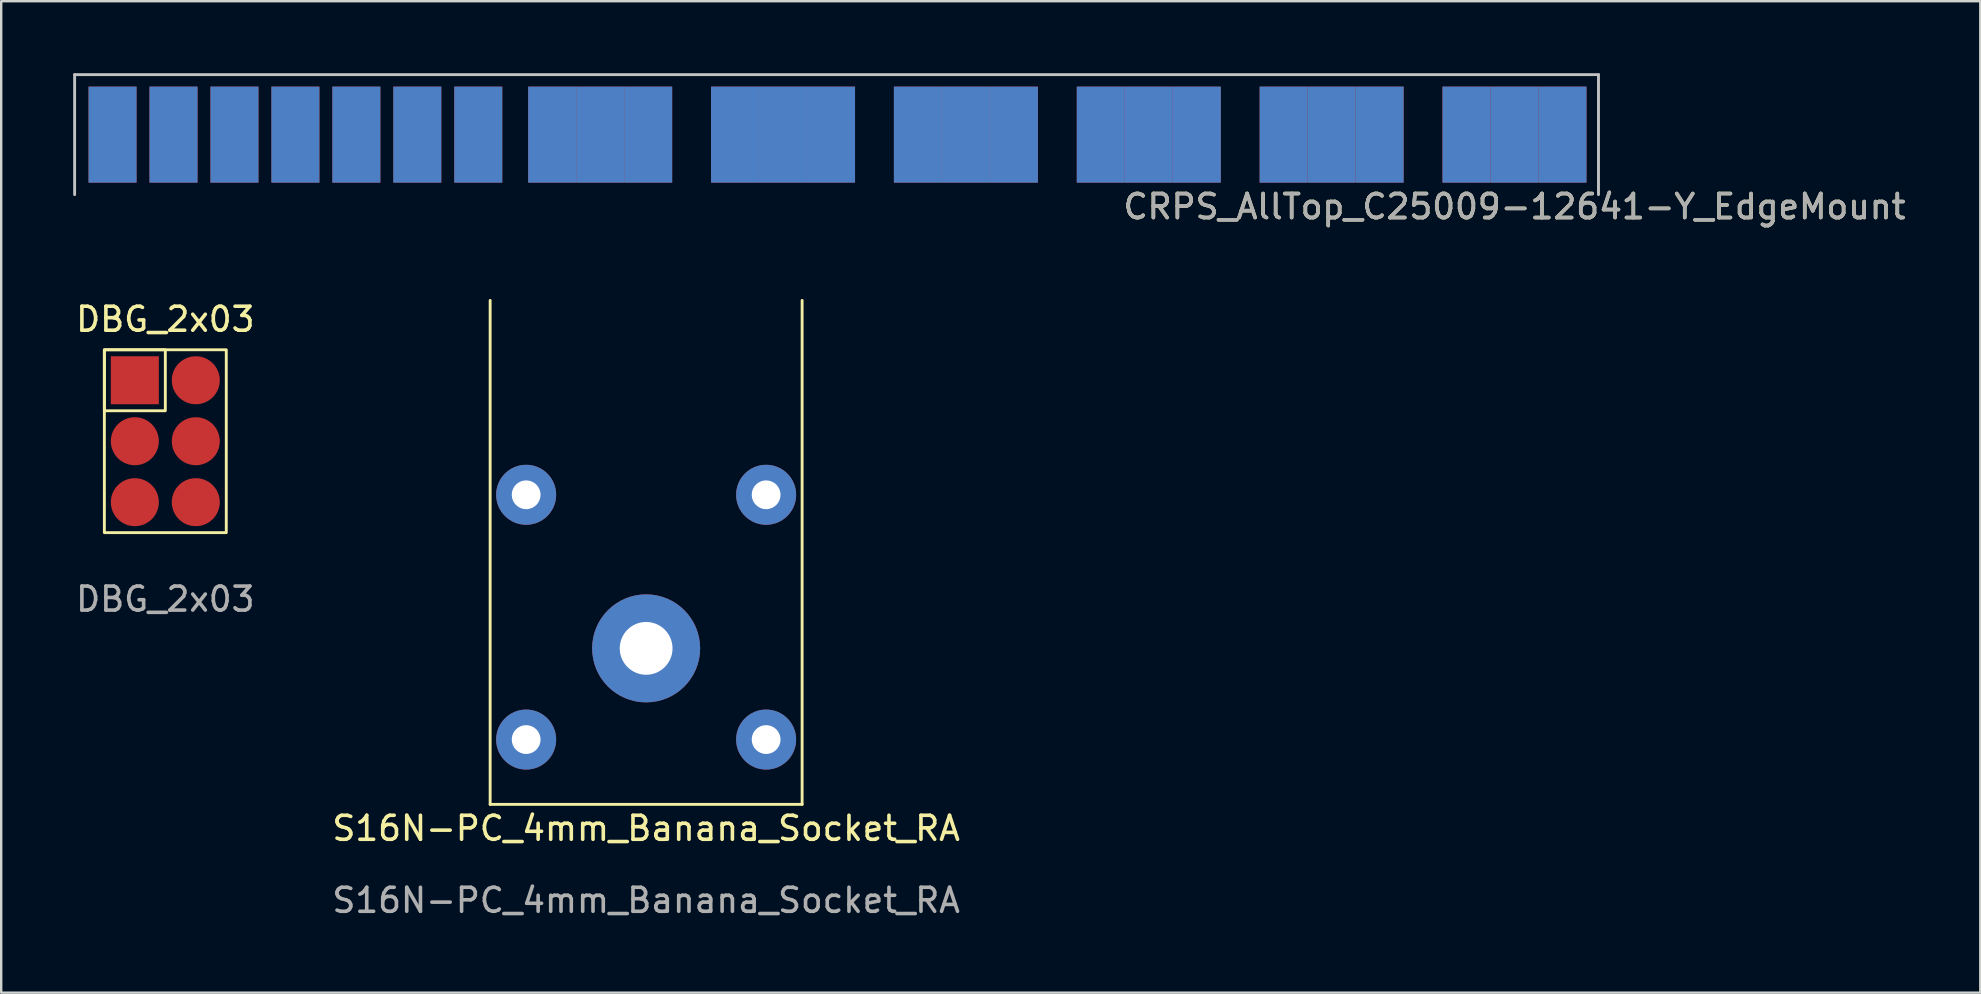
<source format=kicad_pcb>
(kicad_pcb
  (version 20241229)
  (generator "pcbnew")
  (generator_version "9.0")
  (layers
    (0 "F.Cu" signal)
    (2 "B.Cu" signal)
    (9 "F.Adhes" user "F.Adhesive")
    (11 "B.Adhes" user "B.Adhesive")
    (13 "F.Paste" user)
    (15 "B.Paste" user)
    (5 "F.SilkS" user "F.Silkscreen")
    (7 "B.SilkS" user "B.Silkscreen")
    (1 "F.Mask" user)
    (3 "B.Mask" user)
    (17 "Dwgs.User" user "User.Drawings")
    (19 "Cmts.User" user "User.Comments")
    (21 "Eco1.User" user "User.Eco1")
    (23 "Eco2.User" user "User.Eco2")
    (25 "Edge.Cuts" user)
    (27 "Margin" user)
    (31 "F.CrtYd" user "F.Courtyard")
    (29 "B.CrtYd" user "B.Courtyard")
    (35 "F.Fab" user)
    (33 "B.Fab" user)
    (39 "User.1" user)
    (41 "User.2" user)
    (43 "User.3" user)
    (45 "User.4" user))
  (footprint "CRPS_AllTop_C25009-12641-Y_EdgeMount"
    (layer "F.Cu")
    (at 31.58 2.56)
    (property "Reference" "CRPS_AllTop_C25009-12641-Y_EdgeMount" (at 28.48 3 0) (unlocked yes) (layer "F.SilkS") (effects (font (size 1 1) (thickness 0.15))))
    (attr smd)
    (fp_line (start -31.52 -2.5) (end -31.52 2.5) (stroke (width 0.12) (type solid)) (layer "Dwgs.User"))
    (fp_line (start 31.98 -2.5) (end -31.52 -2.5) (stroke (width 0.12) (type solid)) (layer "Dwgs.User"))
    (fp_line (start 31.98 -2.5) (end 31.98 2.5) (stroke (width 0.12) (type solid)) (layer "Dwgs.User"))
    (fp_text user "${REFERENCE}" (at 28.48 3 0) (unlocked yes) (layer "F.Fab") (effects (font (size 1 1) (thickness 0.15))))
    (pad "A1" smd rect (at 30.48 0) (size 2 4) (layers "F.Cu" "F.Mask" "F.Paste"))
    (pad "A2" smd rect (at 28.48 0) (size 2 4) (layers "F.Cu" "F.Mask" "F.Paste"))
    (pad "A3" smd rect (at 26.48 0) (size 2 4) (layers "F.Cu" "F.Mask" "F.Paste"))
    (pad "A4" smd rect (at 22.86 0) (size 2 4) (layers "F.Cu" "F.Mask" "F.Paste"))
    (pad "A5" smd rect (at 20.86 0) (size 2 4) (layers "F.Cu" "F.Mask" "F.Paste"))
    (pad "A6" smd rect (at 18.86 0) (size 2 4) (layers "F.Cu" "F.Mask" "F.Paste"))
    (pad "A7" smd rect (at 15.24 0) (size 2 4) (layers "F.Cu" "F.Mask" "F.Paste"))
    (pad "A8" smd rect (at 13.24 0) (size 2 4) (layers "F.Cu" "F.Mask" "F.Paste"))
    (pad "A9" smd rect (at 11.24 0) (size 2 4) (layers "F.Cu" "F.Mask" "F.Paste"))
    (pad "A10" smd rect (at 7.62 0) (size 2 4) (layers "F.Cu" "F.Mask" "F.Paste"))
    (pad "A11" smd rect (at 5.62 0) (size 2 4) (layers "F.Cu" "F.Mask" "F.Paste"))
    (pad "A12" smd rect (at 3.62 0) (size 2 4) (layers "F.Cu" "F.Mask" "F.Paste"))
    (pad "A13" smd rect (at 0 0) (size 2 4) (layers "F.Cu" "F.Mask" "F.Paste"))
    (pad "A14" smd rect (at -2 0) (size 2 4) (layers "F.Cu" "F.Mask" "F.Paste"))
    (pad "A15" smd rect (at -4 0) (size 2 4) (layers "F.Cu" "F.Mask" "F.Paste"))
    (pad "A16" smd rect (at -7.62 0) (size 2 4) (layers "F.Cu" "F.Mask" "F.Paste"))
    (pad "A17" smd rect (at -9.62 0) (size 2 4) (layers "F.Cu" "F.Mask" "F.Paste"))
    (pad "A18" smd rect (at -11.62 0) (size 2 4) (layers "F.Cu" "F.Mask" "F.Paste"))
    (pad "A19" smd rect (at -14.7 0) (size 2 4) (layers "F.Cu" "F.Mask" "F.Paste"))
    (pad "A20" smd rect (at -17.24 0) (size 2 4) (layers "F.Cu" "F.Mask" "F.Paste"))
    (pad "A21" smd rect (at -19.78 0) (size 2 4) (layers "F.Cu" "F.Mask" "F.Paste"))
    (pad "A22" smd rect (at -22.32 0) (size 2 4) (layers "F.Cu" "F.Mask" "F.Paste"))
    (pad "A23" smd rect (at -24.86 0) (size 2 4) (layers "F.Cu" "F.Mask" "F.Paste"))
    (pad "A24" smd rect (at -27.4 0) (size 2 4) (layers "F.Cu" "F.Mask" "F.Paste"))
    (pad "A25" smd rect (at -29.94 0) (size 2 4) (layers "F.Cu" "F.Mask" "F.Paste"))
    (pad "B1" smd rect (at 30.48 0 180) (size 2 4) (layers "B.Cu" "B.Mask" "B.Paste"))
    (pad "B2" smd rect (at 28.48 0 180) (size 2 4) (layers "B.Cu" "B.Mask" "B.Paste"))
    (pad "B3" smd rect (at 26.48 0 180) (size 2 4) (layers "B.Cu" "B.Mask" "B.Paste"))
    (pad "B4" smd rect (at 22.86 0 180) (size 2 4) (layers "B.Cu" "B.Mask" "B.Paste"))
    (pad "B5" smd rect (at 20.86 0 180) (size 2 4) (layers "B.Cu" "B.Mask" "B.Paste"))
    (pad "B6" smd rect (at 18.86 0 180) (size 2 4) (layers "B.Cu" "B.Mask" "B.Paste"))
    (pad "B7" smd rect (at 15.24 0 180) (size 2 4) (layers "B.Cu" "B.Mask" "B.Paste"))
    (pad "B8" smd rect (at 13.24 0 180) (size 2 4) (layers "B.Cu" "B.Mask" "B.Paste"))
    (pad "B9" smd rect (at 11.24 0 180) (size 2 4) (layers "B.Cu" "B.Mask" "B.Paste"))
    (pad "B10" smd rect (at 7.62 0 180) (size 2 4) (layers "B.Cu" "B.Mask" "B.Paste"))
    (pad "B11" smd rect (at 5.62 0 180) (size 2 4) (layers "B.Cu" "B.Mask" "B.Paste"))
    (pad "B12" smd rect (at 3.62 0 180) (size 2 4) (layers "B.Cu" "B.Mask" "B.Paste"))
    (pad "B13" smd rect (at 0 0 180) (size 2 4) (layers "B.Cu" "B.Mask" "B.Paste"))
    (pad "B14" smd rect (at -2 0 180) (size 2 4) (layers "B.Cu" "B.Mask" "B.Paste"))
    (pad "B15" smd rect (at -4 0 180) (size 2 4) (layers "B.Cu" "B.Mask" "B.Paste"))
    (pad "B16" smd rect (at -7.62 0 180) (size 2 4) (layers "B.Cu" "B.Mask" "B.Paste"))
    (pad "B17" smd rect (at -9.62 0 180) (size 2 4) (layers "B.Cu" "B.Mask" "B.Paste"))
    (pad "B18" smd rect (at -11.62 0 180) (size 2 4) (layers "B.Cu" "B.Mask" "B.Paste"))
    (pad "B19" smd rect (at -14.7 0 180) (size 2 4) (layers "B.Cu" "B.Mask" "B.Paste"))
    (pad "B20" smd rect (at -17.24 0 180) (size 2 4) (layers "B.Cu" "B.Mask" "B.Paste"))
    (pad "B21" smd rect (at -19.78 0 180) (size 2 4) (layers "B.Cu" "B.Mask" "B.Paste"))
    (pad "B22" smd rect (at -22.32 0 180) (size 2 4) (layers "B.Cu" "B.Mask" "B.Paste"))
    (pad "B23" smd rect (at -24.86 0 180) (size 2 4) (layers "B.Cu" "B.Mask" "B.Paste"))
    (pad "B24" smd rect (at -27.4 0 180) (size 2 4) (layers "B.Cu" "B.Mask" "B.Paste"))
    (pad "B25" smd rect (at -29.94 0 180) (size 2 4) (layers "B.Cu" "B.Mask" "B.Paste")))
  (footprint "DBG_2x03"
    (layer "F.Cu")
    (at 3.839 15.336)
    (property "Reference" "DBG_2x03" (at 0 -5.08 0) (unlocked yes) (layer "F.SilkS") (effects (font (size 1 1) (thickness 0.15))))
    (attr smd)
    (fp_rect (start -2.54 -3.81) (end 0 -1.27) (stroke (width 0.12) (type default)) (fill no) (layer "F.SilkS"))
    (fp_rect (start -2.54 -3.81) (end 2.54 3.81) (stroke (width 0.12) (type default)) (fill no) (layer "F.SilkS"))
    (fp_text user "${REFERENCE}" (at 0 6.58 0) (unlocked yes) (layer "F.Fab") (effects (font (size 1 1) (thickness 0.15))))
    (pad "1" smd rect (at -1.27 -2.54) (size 2 2) (layers "F.Cu" "F.Mask" "F.Paste"))
    (pad "2" smd circle (at 1.27 -2.54) (size 2 2) (layers "F.Cu" "F.Mask" "F.Paste"))
    (pad "3" smd circle (at -1.27 0) (size 2 2) (layers "F.Cu" "F.Mask" "F.Paste"))
    (pad "4" smd circle (at 1.27 0) (size 2 2) (layers "F.Cu" "F.Mask" "F.Paste"))
    (pad "5" smd circle (at -1.27 2.54) (size 2 2) (layers "F.Cu" "F.Mask" "F.Paste"))
    (pad "6" smd circle (at 1.27 2.54) (size 2 2) (layers "F.Cu" "F.Mask" "F.Paste")))
  (footprint "S16N-PC_4mm_Banana_Socket_RA"
    (layer "F.Cu")
    (at 23.875 23.968)
    (property "Reference" "S16N-PC_4mm_Banana_Socket_RA" (at 0 7.5 0) (unlocked yes) (layer "F.SilkS") (effects (font (size 1 1) (thickness 0.15))))
    (attr through_hole)
    (fp_line (start -6.5 6.5) (end -6.5 -14.5) (stroke (width 0.12) (type solid)) (layer "F.SilkS"))
    (fp_line (start -6.5 6.5) (end 6.5 6.5) (stroke (width 0.12) (type solid)) (layer "F.SilkS"))
    (fp_line (start 6.5 6.5) (end 6.5 -14.5) (stroke (width 0.12) (type solid)) (layer "F.SilkS"))
    (fp_text user "${REFERENCE}" (at 0 10.5 0) (unlocked yes) (layer "F.Fab") (effects (font (size 1 1) (thickness 0.15))))
    (pad "" thru_hole circle (at -5 -6.4) (size 2.5 2.5) (drill 1.2) (layers "*.Cu" "*.Mask"))
    (pad "" thru_hole circle (at -5 3.8) (size 2.5 2.5) (drill 1.2) (layers "*.Cu" "*.Mask"))
    (pad "" thru_hole circle (at 5 -6.4) (size 2.5 2.5) (drill 1.2) (layers "*.Cu" "*.Mask"))
    (pad "" thru_hole circle (at 5 3.8) (size 2.5 2.5) (drill 1.2) (layers "*.Cu" "*.Mask"))
    (pad "1" thru_hole circle (at 0 0) (size 4.5 4.5) (drill 2.2) (layers "*.Cu" "*.Mask")))
  (gr_rect
    (start -3 -3)
    (end 79.471 38.316)
    (stroke (width 0.1) (type default))
    (fill no)
    (layer "Edge.Cuts")))
</source>
